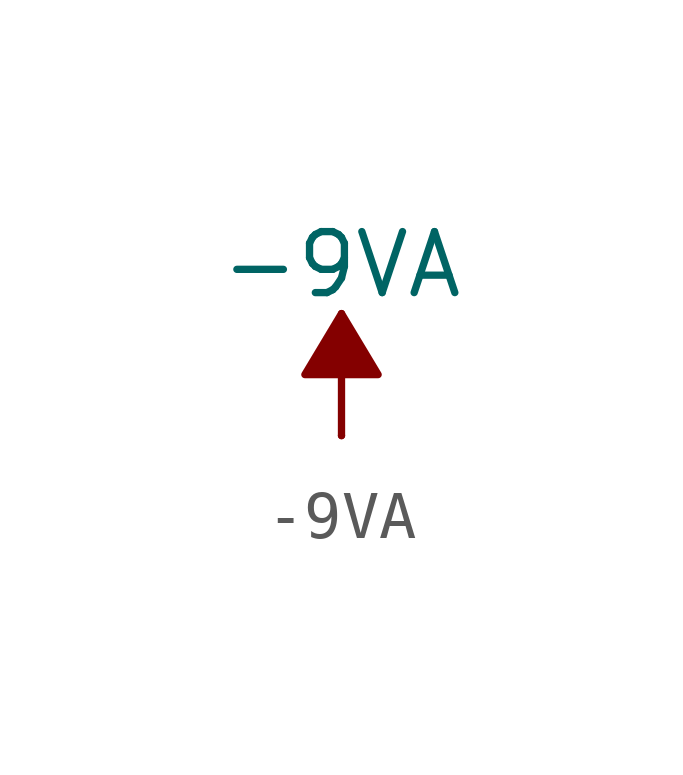
<source format=kicad_sym>
(kicad_symbol_lib
  (version 20241209)
  (generator "kicad_symbol_editor")
  (generator_version "9.0")
  (symbol "-9VA"
    (power)
    (pin_numbers
      (hide yes))
    (pin_names
      (offset 0)
      (hide yes))
    (property "Reference" "#PWR"
      (at 0 -3.81 0)
      (effects (font (size 1.27 1.27)) (hide yes)))
    (property "Value" "-9VA"
      (at 0 3.556 0)
      (effects (font (size 1.27 1.27))))
    (symbol "-9VA_0_1"
      (polyline (pts (xy 0 0) (xy 0 2.54)) (stroke (width 0) (type default)) (fill (type none)))
      (polyline (pts (xy 0.762 1.27) (xy -0.762 1.27) (xy 0 2.54) (xy 0.762 1.27)) (stroke (width 0) (type default)) (fill (type outline))))
    (symbol "-9VA_1_1"
      (pin power_in line (at 0 0 90) (length 0) (name "~" (effects (font (size 1.27 1.27)))) (number "1" (effects (font (size 1.27 1.27))))))))
</source>
